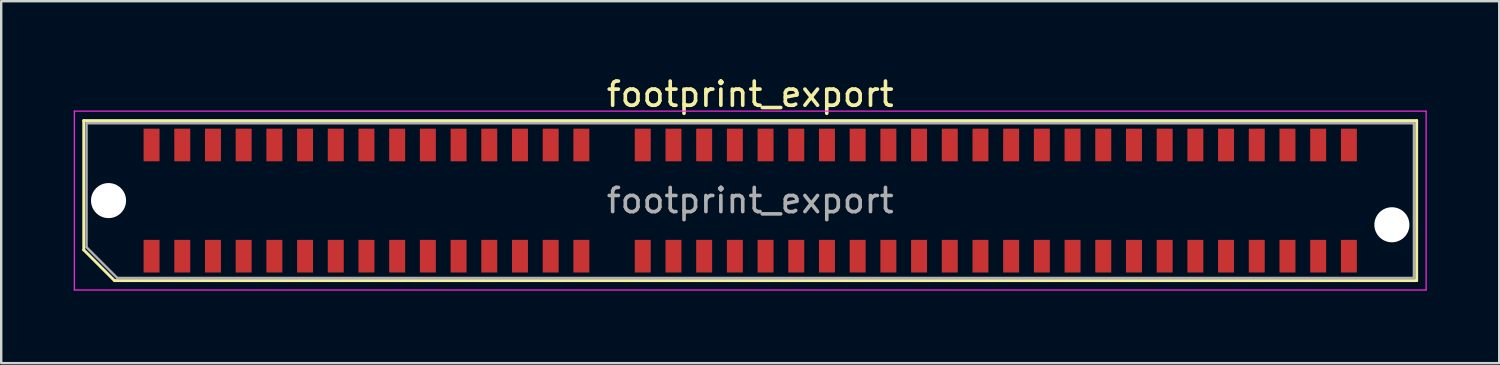
<source format=kicad_pcb>
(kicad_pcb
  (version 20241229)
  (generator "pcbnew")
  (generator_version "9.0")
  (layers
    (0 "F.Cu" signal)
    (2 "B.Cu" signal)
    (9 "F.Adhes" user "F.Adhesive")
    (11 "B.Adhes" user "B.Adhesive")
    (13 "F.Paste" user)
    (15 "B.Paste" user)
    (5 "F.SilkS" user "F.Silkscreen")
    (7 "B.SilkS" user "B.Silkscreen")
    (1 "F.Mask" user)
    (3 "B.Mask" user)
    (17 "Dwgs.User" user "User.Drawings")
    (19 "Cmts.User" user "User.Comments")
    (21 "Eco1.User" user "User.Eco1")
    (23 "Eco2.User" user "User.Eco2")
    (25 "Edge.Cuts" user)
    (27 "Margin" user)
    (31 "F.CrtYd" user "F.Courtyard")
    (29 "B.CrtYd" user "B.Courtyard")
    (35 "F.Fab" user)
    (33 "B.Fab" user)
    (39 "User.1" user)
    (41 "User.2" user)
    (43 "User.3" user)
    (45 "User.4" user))
  (footprint "footprint_export"
    (layer "F.Cu")
    (at 27.985 5.248)
    (property "Reference" "footprint_export" (at 0 -4.4 0) (layer "F.SilkS") (effects (font (size 1 1) (thickness 0.15))))
    (attr smd)
    (fp_line (start -27.57 -3.31) (end 27.57 -3.31) (stroke (width 0.12) (type solid)) (layer "F.SilkS"))
    (fp_line (start -27.57 2.04) (end -27.57 -3.31) (stroke (width 0.12) (type solid)) (layer "F.SilkS"))
    (fp_line (start -26.3 3.31) (end -27.57 2.04) (stroke (width 0.12) (type solid)) (layer "F.SilkS"))
    (fp_line (start -26.3 3.31) (end 27.57 3.31) (stroke (width 0.12) (type solid)) (layer "F.SilkS"))
    (fp_line (start 27.57 3.31) (end 27.57 -3.31) (stroke (width 0.12) (type solid)) (layer "F.SilkS"))
    (fp_line (start -27.96 -3.7) (end -27.96 3.7) (stroke (width 0.05) (type solid)) (layer "F.CrtYd"))
    (fp_line (start -27.96 3.7) (end 27.96 3.7) (stroke (width 0.05) (type solid)) (layer "F.CrtYd"))
    (fp_line (start 27.96 -3.7) (end -27.96 -3.7) (stroke (width 0.05) (type solid)) (layer "F.CrtYd"))
    (fp_line (start 27.96 3.7) (end 27.96 -3.7) (stroke (width 0.05) (type solid)) (layer "F.CrtYd"))
    (fp_line (start -27.455 -3.2) (end 27.455 -3.2) (stroke (width 0.1) (type solid)) (layer "F.Fab"))
    (fp_line (start -27.455 1.93) (end -27.455 -3.2) (stroke (width 0.1) (type solid)) (layer "F.Fab"))
    (fp_line (start -27.455 1.93) (end -26.185 3.2) (stroke (width 0.1) (type solid)) (layer "F.Fab"))
    (fp_line (start -26.185 3.2) (end 27.455 3.2) (stroke (width 0.1) (type solid)) (layer "F.Fab"))
    (fp_line (start 27.455 3.2) (end 27.455 -3.2) (stroke (width 0.1) (type solid)) (layer "F.Fab"))
    (fp_text user "${REFERENCE}" (at 0 0 0) (layer "F.Fab") (effects (font (size 1 1) (thickness 0.15))))
    (pad "" np_thru_hole circle (at -26.545 0) (size 1.45 1.45) (drill 1.45) (layers "*.Cu" "*.Mask"))
    (pad "" np_thru_hole circle (at 26.545 1) (size 1.45 1.45) (drill 1.45) (layers "*.Cu" "*.Mask"))
    (pad "1" smd rect (at -24.765 2.3) (size 0.66 1.35) (layers "F.Cu" "F.Mask" "F.Paste"))
    (pad "2" smd rect (at -24.765 -2.3) (size 0.66 1.35) (layers "F.Cu" "F.Mask" "F.Paste"))
    (pad "3" smd rect (at -23.495 2.3) (size 0.66 1.35) (layers "F.Cu" "F.Mask" "F.Paste"))
    (pad "4" smd rect (at -23.495 -2.3) (size 0.66 1.35) (layers "F.Cu" "F.Mask" "F.Paste"))
    (pad "5" smd rect (at -22.225 2.3) (size 0.66 1.35) (layers "F.Cu" "F.Mask" "F.Paste"))
    (pad "6" smd rect (at -22.225 -2.3) (size 0.66 1.35) (layers "F.Cu" "F.Mask" "F.Paste"))
    (pad "7" smd rect (at -20.955 2.3) (size 0.66 1.35) (layers "F.Cu" "F.Mask" "F.Paste"))
    (pad "8" smd rect (at -20.955 -2.3) (size 0.66 1.35) (layers "F.Cu" "F.Mask" "F.Paste"))
    (pad "9" smd rect (at -19.685 2.3) (size 0.66 1.35) (layers "F.Cu" "F.Mask" "F.Paste"))
    (pad "10" smd rect (at -19.685 -2.3) (size 0.66 1.35) (layers "F.Cu" "F.Mask" "F.Paste"))
    (pad "11" smd rect (at -18.415 2.3) (size 0.66 1.35) (layers "F.Cu" "F.Mask" "F.Paste"))
    (pad "12" smd rect (at -18.415 -2.3) (size 0.66 1.35) (layers "F.Cu" "F.Mask" "F.Paste"))
    (pad "13" smd rect (at -17.145 2.3) (size 0.66 1.35) (layers "F.Cu" "F.Mask" "F.Paste"))
    (pad "14" smd rect (at -17.145 -2.3) (size 0.66 1.35) (layers "F.Cu" "F.Mask" "F.Paste"))
    (pad "15" smd rect (at -15.875 2.3) (size 0.66 1.35) (layers "F.Cu" "F.Mask" "F.Paste"))
    (pad "16" smd rect (at -15.875 -2.3) (size 0.66 1.35) (layers "F.Cu" "F.Mask" "F.Paste"))
    (pad "17" smd rect (at -14.605 2.3) (size 0.66 1.35) (layers "F.Cu" "F.Mask" "F.Paste"))
    (pad "18" smd rect (at -14.605 -2.3) (size 0.66 1.35) (layers "F.Cu" "F.Mask" "F.Paste"))
    (pad "19" smd rect (at -13.335 2.3) (size 0.66 1.35) (layers "F.Cu" "F.Mask" "F.Paste"))
    (pad "20" smd rect (at -13.335 -2.3) (size 0.66 1.35) (layers "F.Cu" "F.Mask" "F.Paste"))
    (pad "21" smd rect (at -12.065 2.3) (size 0.66 1.35) (layers "F.Cu" "F.Mask" "F.Paste"))
    (pad "22" smd rect (at -12.065 -2.3) (size 0.66 1.35) (layers "F.Cu" "F.Mask" "F.Paste"))
    (pad "23" smd rect (at -10.795 2.3) (size 0.66 1.35) (layers "F.Cu" "F.Mask" "F.Paste"))
    (pad "24" smd rect (at -10.795 -2.3) (size 0.66 1.35) (layers "F.Cu" "F.Mask" "F.Paste"))
    (pad "25" smd rect (at -9.525 2.3) (size 0.66 1.35) (layers "F.Cu" "F.Mask" "F.Paste"))
    (pad "26" smd rect (at -9.525 -2.3) (size 0.66 1.35) (layers "F.Cu" "F.Mask" "F.Paste"))
    (pad "27" smd rect (at -8.255 2.3) (size 0.66 1.35) (layers "F.Cu" "F.Mask" "F.Paste"))
    (pad "28" smd rect (at -8.255 -2.3) (size 0.66 1.35) (layers "F.Cu" "F.Mask" "F.Paste"))
    (pad "29" smd rect (at -6.985 2.3) (size 0.66 1.35) (layers "F.Cu" "F.Mask" "F.Paste"))
    (pad "30" smd rect (at -6.985 -2.3) (size 0.66 1.35) (layers "F.Cu" "F.Mask" "F.Paste"))
    (pad "33" smd rect (at -4.445 2.3) (size 0.66 1.35) (layers "F.Cu" "F.Mask" "F.Paste"))
    (pad "34" smd rect (at -4.445 -2.3) (size 0.66 1.35) (layers "F.Cu" "F.Mask" "F.Paste"))
    (pad "35" smd rect (at -3.175 2.3) (size 0.66 1.35) (layers "F.Cu" "F.Mask" "F.Paste"))
    (pad "36" smd rect (at -3.175 -2.3) (size 0.66 1.35) (layers "F.Cu" "F.Mask" "F.Paste"))
    (pad "37" smd rect (at -1.905 2.3) (size 0.66 1.35) (layers "F.Cu" "F.Mask" "F.Paste"))
    (pad "38" smd rect (at -1.905 -2.3) (size 0.66 1.35) (layers "F.Cu" "F.Mask" "F.Paste"))
    (pad "39" smd rect (at -0.635 2.3) (size 0.66 1.35) (layers "F.Cu" "F.Mask" "F.Paste"))
    (pad "40" smd rect (at -0.635 -2.3) (size 0.66 1.35) (layers "F.Cu" "F.Mask" "F.Paste"))
    (pad "41" smd rect (at 0.635 2.3) (size 0.66 1.35) (layers "F.Cu" "F.Mask" "F.Paste"))
    (pad "42" smd rect (at 0.635 -2.3) (size 0.66 1.35) (layers "F.Cu" "F.Mask" "F.Paste"))
    (pad "43" smd rect (at 1.905 2.3) (size 0.66 1.35) (layers "F.Cu" "F.Mask" "F.Paste"))
    (pad "44" smd rect (at 1.905 -2.3) (size 0.66 1.35) (layers "F.Cu" "F.Mask" "F.Paste"))
    (pad "45" smd rect (at 3.175 2.3) (size 0.66 1.35) (layers "F.Cu" "F.Mask" "F.Paste"))
    (pad "46" smd rect (at 3.175 -2.3) (size 0.66 1.35) (layers "F.Cu" "F.Mask" "F.Paste"))
    (pad "47" smd rect (at 4.445 2.3) (size 0.66 1.35) (layers "F.Cu" "F.Mask" "F.Paste"))
    (pad "48" smd rect (at 4.445 -2.3) (size 0.66 1.35) (layers "F.Cu" "F.Mask" "F.Paste"))
    (pad "49" smd rect (at 5.715 2.3) (size 0.66 1.35) (layers "F.Cu" "F.Mask" "F.Paste"))
    (pad "50" smd rect (at 5.715 -2.3) (size 0.66 1.35) (layers "F.Cu" "F.Mask" "F.Paste"))
    (pad "51" smd rect (at 6.985 2.3) (size 0.66 1.35) (layers "F.Cu" "F.Mask" "F.Paste"))
    (pad "52" smd rect (at 6.985 -2.3) (size 0.66 1.35) (layers "F.Cu" "F.Mask" "F.Paste"))
    (pad "53" smd rect (at 8.255 2.3) (size 0.66 1.35) (layers "F.Cu" "F.Mask" "F.Paste"))
    (pad "54" smd rect (at 8.255 -2.3) (size 0.66 1.35) (layers "F.Cu" "F.Mask" "F.Paste"))
    (pad "55" smd rect (at 9.525 2.3) (size 0.66 1.35) (layers "F.Cu" "F.Mask" "F.Paste"))
    (pad "56" smd rect (at 9.525 -2.3) (size 0.66 1.35) (layers "F.Cu" "F.Mask" "F.Paste"))
    (pad "57" smd rect (at 10.795 2.3) (size 0.66 1.35) (layers "F.Cu" "F.Mask" "F.Paste"))
    (pad "58" smd rect (at 10.795 -2.3) (size 0.66 1.35) (layers "F.Cu" "F.Mask" "F.Paste"))
    (pad "59" smd rect (at 12.065 2.3) (size 0.66 1.35) (layers "F.Cu" "F.Mask" "F.Paste"))
    (pad "60" smd rect (at 12.065 -2.3) (size 0.66 1.35) (layers "F.Cu" "F.Mask" "F.Paste"))
    (pad "61" smd rect (at 13.335 2.3) (size 0.66 1.35) (layers "F.Cu" "F.Mask" "F.Paste"))
    (pad "62" smd rect (at 13.335 -2.3) (size 0.66 1.35) (layers "F.Cu" "F.Mask" "F.Paste"))
    (pad "63" smd rect (at 14.605 2.3) (size 0.66 1.35) (layers "F.Cu" "F.Mask" "F.Paste"))
    (pad "64" smd rect (at 14.605 -2.3) (size 0.66 1.35) (layers "F.Cu" "F.Mask" "F.Paste"))
    (pad "65" smd rect (at 15.875 2.3) (size 0.66 1.35) (layers "F.Cu" "F.Mask" "F.Paste"))
    (pad "66" smd rect (at 15.875 -2.3) (size 0.66 1.35) (layers "F.Cu" "F.Mask" "F.Paste"))
    (pad "67" smd rect (at 17.145 2.3) (size 0.66 1.35) (layers "F.Cu" "F.Mask" "F.Paste"))
    (pad "68" smd rect (at 17.145 -2.3) (size 0.66 1.35) (layers "F.Cu" "F.Mask" "F.Paste"))
    (pad "69" smd rect (at 18.415 2.3) (size 0.66 1.35) (layers "F.Cu" "F.Mask" "F.Paste"))
    (pad "70" smd rect (at 18.415 -2.3) (size 0.66 1.35) (layers "F.Cu" "F.Mask" "F.Paste"))
    (pad "71" smd rect (at 19.685 2.3) (size 0.66 1.35) (layers "F.Cu" "F.Mask" "F.Paste"))
    (pad "72" smd rect (at 19.685 -2.3) (size 0.66 1.35) (layers "F.Cu" "F.Mask" "F.Paste"))
    (pad "73" smd rect (at 20.955 2.3) (size 0.66 1.35) (layers "F.Cu" "F.Mask" "F.Paste"))
    (pad "74" smd rect (at 20.955 -2.3) (size 0.66 1.35) (layers "F.Cu" "F.Mask" "F.Paste"))
    (pad "75" smd rect (at 22.225 2.3) (size 0.66 1.35) (layers "F.Cu" "F.Mask" "F.Paste"))
    (pad "76" smd rect (at 22.225 -2.3) (size 0.66 1.35) (layers "F.Cu" "F.Mask" "F.Paste"))
    (pad "77" smd rect (at 23.495 2.3) (size 0.66 1.35) (layers "F.Cu" "F.Mask" "F.Paste"))
    (pad "78" smd rect (at 23.495 -2.3) (size 0.66 1.35) (layers "F.Cu" "F.Mask" "F.Paste"))
    (pad "79" smd rect (at 24.765 2.3) (size 0.66 1.35) (layers "F.Cu" "F.Mask" "F.Paste"))
    (pad "80" smd rect (at 24.765 -2.3) (size 0.66 1.35) (layers "F.Cu" "F.Mask" "F.Paste")))
  (gr_rect
    (start -3 -3)
    (end 58.97 11.973)
    (stroke (width 0.1) (type default))
    (fill no)
    (layer "Edge.Cuts")))
</source>
